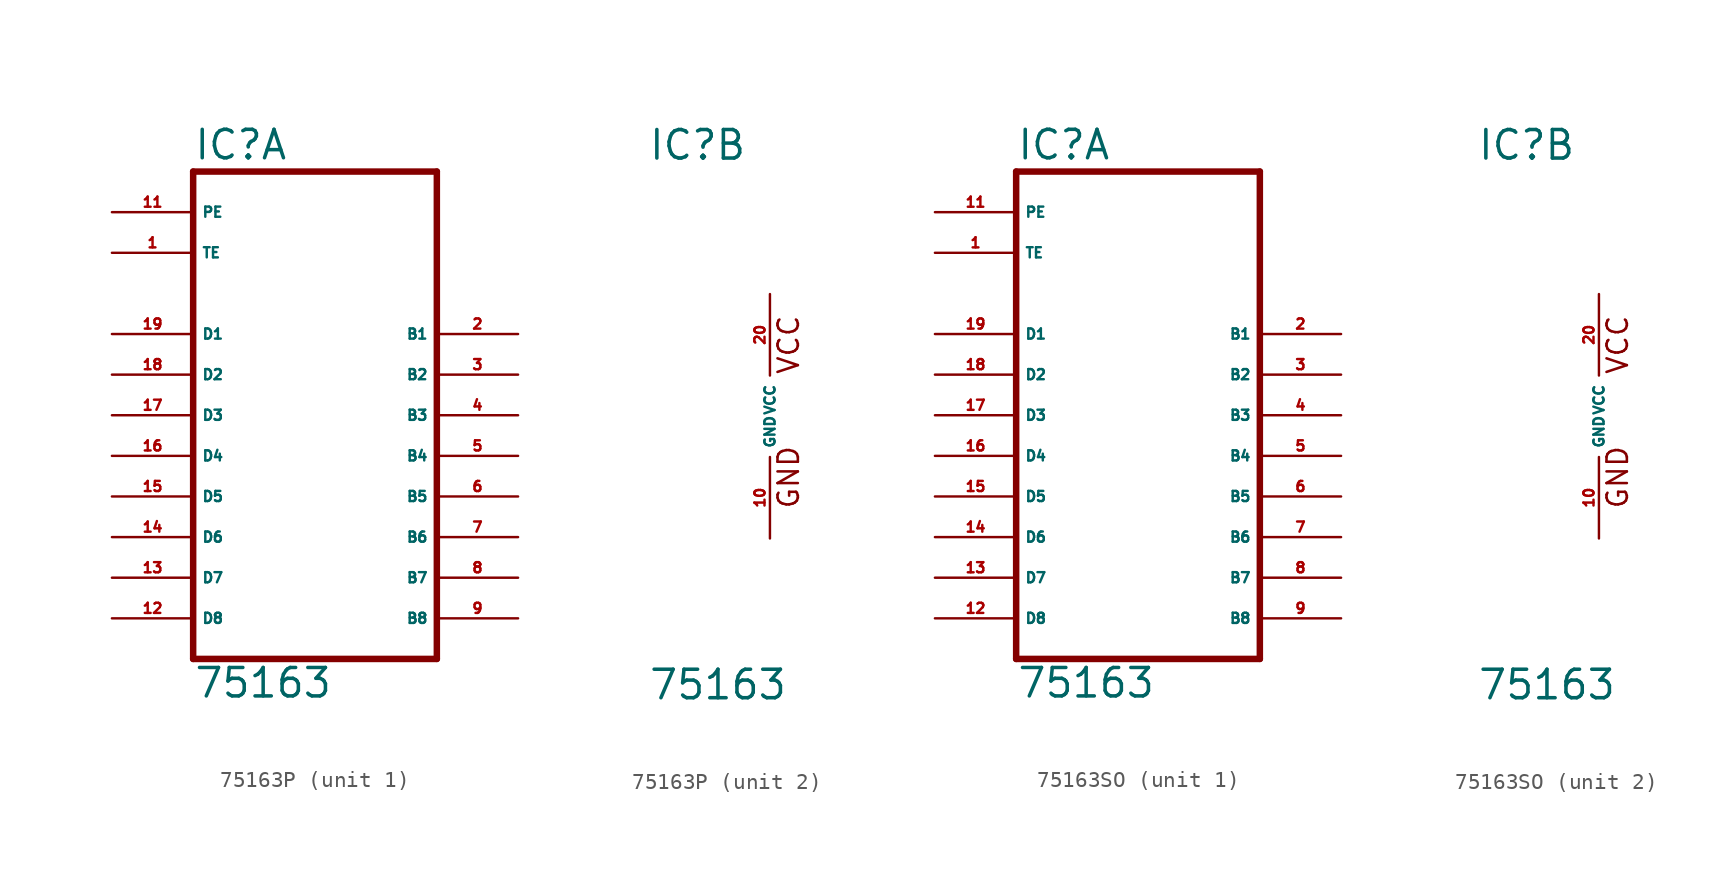
<source format=kicad_sym>
(kicad_symbol_lib
  (version 20220914)
  (generator Eagle2Kicad)
  (symbol "75163P"
    (property "Reference" "IC"
      (at -7.62 15.875 0)
      (effects (font (size 1.778 1.778) (thickness 0.22)) (justify left bottom)))
    (property "Value" "75163"
      (at -7.62 -17.78 0)
      (effects (font (size 1.778 1.778) (thickness 0.22)) (justify left bottom)))
    (symbol "75163P_1_0"
      (polyline (pts (xy -7.62 -15.24) (xy 7.62 -15.24)) (stroke (width 0.406) (type default)) (fill (type none)))
      (polyline (pts (xy 7.62 15.24) (xy 7.62 -15.24)) (stroke (width 0.406) (type default)) (fill (type none)))
      (polyline (pts (xy 7.62 15.24) (xy -7.62 15.24)) (stroke (width 0.406) (type default)) (fill (type none)))
      (polyline (pts (xy -7.62 -15.24) (xy -7.62 15.24)) (stroke (width 0.406) (type default)) (fill (type none)))
      (pin input line (at -12.7 12.7 0) (length 5.08) (name "PE" (effects (font (size 0.635 0.635) (thickness 0.08)) (justify left bottom))) (number "11" (effects (font (size 0.635 0.635) (thickness 0.08)) (justify left bottom))))
      (pin input line (at -12.7 10.16 0) (length 5.08) (name "TE" (effects (font (size 0.635 0.635) (thickness 0.08)) (justify left bottom))) (number "1" (effects (font (size 0.635 0.635) (thickness 0.08)) (justify left bottom))))
      (pin bidirectional line (at -12.7 5.08 0) (length 5.08) (name "D1" (effects (font (size 0.635 0.635) (thickness 0.08)) (justify left bottom))) (number "19" (effects (font (size 0.635 0.635) (thickness 0.08)) (justify left bottom))))
      (pin bidirectional line (at -12.7 2.54 0) (length 5.08) (name "D2" (effects (font (size 0.635 0.635) (thickness 0.08)) (justify left bottom))) (number "18" (effects (font (size 0.635 0.635) (thickness 0.08)) (justify left bottom))))
      (pin bidirectional line (at -12.7 0 0) (length 5.08) (name "D3" (effects (font (size 0.635 0.635) (thickness 0.08)) (justify left bottom))) (number "17" (effects (font (size 0.635 0.635) (thickness 0.08)) (justify left bottom))))
      (pin bidirectional line (at -12.7 -2.54 0) (length 5.08) (name "D4" (effects (font (size 0.635 0.635) (thickness 0.08)) (justify left bottom))) (number "16" (effects (font (size 0.635 0.635) (thickness 0.08)) (justify left bottom))))
      (pin bidirectional line (at -12.7 -5.08 0) (length 5.08) (name "D5" (effects (font (size 0.635 0.635) (thickness 0.08)) (justify left bottom))) (number "15" (effects (font (size 0.635 0.635) (thickness 0.08)) (justify left bottom))))
      (pin bidirectional line (at -12.7 -7.62 0) (length 5.08) (name "D6" (effects (font (size 0.635 0.635) (thickness 0.08)) (justify left bottom))) (number "14" (effects (font (size 0.635 0.635) (thickness 0.08)) (justify left bottom))))
      (pin bidirectional line (at -12.7 -10.16 0) (length 5.08) (name "D7" (effects (font (size 0.635 0.635) (thickness 0.08)) (justify left bottom))) (number "13" (effects (font (size 0.635 0.635) (thickness 0.08)) (justify left bottom))))
      (pin bidirectional line (at -12.7 -12.7 0) (length 5.08) (name "D8" (effects (font (size 0.635 0.635) (thickness 0.08)) (justify left bottom))) (number "12" (effects (font (size 0.635 0.635) (thickness 0.08)) (justify left bottom))))
      (pin bidirectional line (at 12.7 5.08 180) (length 5.08) (name "B1" (effects (font (size 0.635 0.635) (thickness 0.08)) (justify left bottom))) (number "2" (effects (font (size 0.635 0.635) (thickness 0.08)) (justify left bottom))))
      (pin bidirectional line (at 12.7 2.54 180) (length 5.08) (name "B2" (effects (font (size 0.635 0.635) (thickness 0.08)) (justify left bottom))) (number "3" (effects (font (size 0.635 0.635) (thickness 0.08)) (justify left bottom))))
      (pin bidirectional line (at 12.7 0 180) (length 5.08) (name "B3" (effects (font (size 0.635 0.635) (thickness 0.08)) (justify left bottom))) (number "4" (effects (font (size 0.635 0.635) (thickness 0.08)) (justify left bottom))))
      (pin bidirectional line (at 12.7 -2.54 180) (length 5.08) (name "B4" (effects (font (size 0.635 0.635) (thickness 0.08)) (justify left bottom))) (number "5" (effects (font (size 0.635 0.635) (thickness 0.08)) (justify left bottom))))
      (pin bidirectional line (at 12.7 -5.08 180) (length 5.08) (name "B5" (effects (font (size 0.635 0.635) (thickness 0.08)) (justify left bottom))) (number "6" (effects (font (size 0.635 0.635) (thickness 0.08)) (justify left bottom))))
      (pin bidirectional line (at 12.7 -7.62 180) (length 5.08) (name "B6" (effects (font (size 0.635 0.635) (thickness 0.08)) (justify left bottom))) (number "7" (effects (font (size 0.635 0.635) (thickness 0.08)) (justify left bottom))))
      (pin bidirectional line (at 12.7 -10.16 180) (length 5.08) (name "B7" (effects (font (size 0.635 0.635) (thickness 0.08)) (justify left bottom))) (number "8" (effects (font (size 0.635 0.635) (thickness 0.08)) (justify left bottom))))
      (pin bidirectional line (at 12.7 -12.7 180) (length 5.08) (name "B8" (effects (font (size 0.635 0.635) (thickness 0.08)) (justify left bottom))) (number "9" (effects (font (size 0.635 0.635) (thickness 0.08)) (justify left bottom)))))
    (symbol "75163P_2_0"
      (text "GND" (at 1.905 -5.842 900) (effects (font (size 1.27 1.27) (thickness 0.16)) (justify left bottom)))
      (text "VCC" (at 1.905 2.54 900) (effects (font (size 1.27 1.27) (thickness 0.16)) (justify left bottom)))
      (pin unspecified line (at 0 -7.62 90) (length 5.08) (name "GND" (effects (font (size 0.635 0.635) (thickness 0.08)) (justify left bottom))) (number "10" (effects (font (size 0.635 0.635) (thickness 0.08)) (justify left bottom))))
      (pin unspecified line (at 0 7.62 270) (length 5.08) (name "VCC" (effects (font (size 0.635 0.635) (thickness 0.08)) (justify left bottom))) (number "20" (effects (font (size 0.635 0.635) (thickness 0.08)) (justify left bottom))))))
  (symbol "75163SO"
    (property "Reference" "IC"
      (at -7.62 15.875 0)
      (effects (font (size 1.778 1.778) (thickness 0.22)) (justify left bottom)))
    (property "Value" "75163"
      (at -7.62 -17.78 0)
      (effects (font (size 1.778 1.778) (thickness 0.22)) (justify left bottom)))
    (symbol "75163SO_1_0"
      (polyline (pts (xy -7.62 -15.24) (xy 7.62 -15.24)) (stroke (width 0.406) (type default)) (fill (type none)))
      (polyline (pts (xy 7.62 15.24) (xy 7.62 -15.24)) (stroke (width 0.406) (type default)) (fill (type none)))
      (polyline (pts (xy 7.62 15.24) (xy -7.62 15.24)) (stroke (width 0.406) (type default)) (fill (type none)))
      (polyline (pts (xy -7.62 -15.24) (xy -7.62 15.24)) (stroke (width 0.406) (type default)) (fill (type none)))
      (pin input line (at -12.7 12.7 0) (length 5.08) (name "PE" (effects (font (size 0.635 0.635) (thickness 0.08)) (justify left bottom))) (number "11" (effects (font (size 0.635 0.635) (thickness 0.08)) (justify left bottom))))
      (pin input line (at -12.7 10.16 0) (length 5.08) (name "TE" (effects (font (size 0.635 0.635) (thickness 0.08)) (justify left bottom))) (number "1" (effects (font (size 0.635 0.635) (thickness 0.08)) (justify left bottom))))
      (pin bidirectional line (at -12.7 5.08 0) (length 5.08) (name "D1" (effects (font (size 0.635 0.635) (thickness 0.08)) (justify left bottom))) (number "19" (effects (font (size 0.635 0.635) (thickness 0.08)) (justify left bottom))))
      (pin bidirectional line (at -12.7 2.54 0) (length 5.08) (name "D2" (effects (font (size 0.635 0.635) (thickness 0.08)) (justify left bottom))) (number "18" (effects (font (size 0.635 0.635) (thickness 0.08)) (justify left bottom))))
      (pin bidirectional line (at -12.7 0 0) (length 5.08) (name "D3" (effects (font (size 0.635 0.635) (thickness 0.08)) (justify left bottom))) (number "17" (effects (font (size 0.635 0.635) (thickness 0.08)) (justify left bottom))))
      (pin bidirectional line (at -12.7 -2.54 0) (length 5.08) (name "D4" (effects (font (size 0.635 0.635) (thickness 0.08)) (justify left bottom))) (number "16" (effects (font (size 0.635 0.635) (thickness 0.08)) (justify left bottom))))
      (pin bidirectional line (at -12.7 -5.08 0) (length 5.08) (name "D5" (effects (font (size 0.635 0.635) (thickness 0.08)) (justify left bottom))) (number "15" (effects (font (size 0.635 0.635) (thickness 0.08)) (justify left bottom))))
      (pin bidirectional line (at -12.7 -7.62 0) (length 5.08) (name "D6" (effects (font (size 0.635 0.635) (thickness 0.08)) (justify left bottom))) (number "14" (effects (font (size 0.635 0.635) (thickness 0.08)) (justify left bottom))))
      (pin bidirectional line (at -12.7 -10.16 0) (length 5.08) (name "D7" (effects (font (size 0.635 0.635) (thickness 0.08)) (justify left bottom))) (number "13" (effects (font (size 0.635 0.635) (thickness 0.08)) (justify left bottom))))
      (pin bidirectional line (at -12.7 -12.7 0) (length 5.08) (name "D8" (effects (font (size 0.635 0.635) (thickness 0.08)) (justify left bottom))) (number "12" (effects (font (size 0.635 0.635) (thickness 0.08)) (justify left bottom))))
      (pin bidirectional line (at 12.7 5.08 180) (length 5.08) (name "B1" (effects (font (size 0.635 0.635) (thickness 0.08)) (justify left bottom))) (number "2" (effects (font (size 0.635 0.635) (thickness 0.08)) (justify left bottom))))
      (pin bidirectional line (at 12.7 2.54 180) (length 5.08) (name "B2" (effects (font (size 0.635 0.635) (thickness 0.08)) (justify left bottom))) (number "3" (effects (font (size 0.635 0.635) (thickness 0.08)) (justify left bottom))))
      (pin bidirectional line (at 12.7 0 180) (length 5.08) (name "B3" (effects (font (size 0.635 0.635) (thickness 0.08)) (justify left bottom))) (number "4" (effects (font (size 0.635 0.635) (thickness 0.08)) (justify left bottom))))
      (pin bidirectional line (at 12.7 -2.54 180) (length 5.08) (name "B4" (effects (font (size 0.635 0.635) (thickness 0.08)) (justify left bottom))) (number "5" (effects (font (size 0.635 0.635) (thickness 0.08)) (justify left bottom))))
      (pin bidirectional line (at 12.7 -5.08 180) (length 5.08) (name "B5" (effects (font (size 0.635 0.635) (thickness 0.08)) (justify left bottom))) (number "6" (effects (font (size 0.635 0.635) (thickness 0.08)) (justify left bottom))))
      (pin bidirectional line (at 12.7 -7.62 180) (length 5.08) (name "B6" (effects (font (size 0.635 0.635) (thickness 0.08)) (justify left bottom))) (number "7" (effects (font (size 0.635 0.635) (thickness 0.08)) (justify left bottom))))
      (pin bidirectional line (at 12.7 -10.16 180) (length 5.08) (name "B7" (effects (font (size 0.635 0.635) (thickness 0.08)) (justify left bottom))) (number "8" (effects (font (size 0.635 0.635) (thickness 0.08)) (justify left bottom))))
      (pin bidirectional line (at 12.7 -12.7 180) (length 5.08) (name "B8" (effects (font (size 0.635 0.635) (thickness 0.08)) (justify left bottom))) (number "9" (effects (font (size 0.635 0.635) (thickness 0.08)) (justify left bottom)))))
    (symbol "75163SO_2_0"
      (text "GND" (at 1.905 -5.842 900) (effects (font (size 1.27 1.27) (thickness 0.16)) (justify left bottom)))
      (text "VCC" (at 1.905 2.54 900) (effects (font (size 1.27 1.27) (thickness 0.16)) (justify left bottom)))
      (pin unspecified line (at 0 -7.62 90) (length 5.08) (name "GND" (effects (font (size 0.635 0.635) (thickness 0.08)) (justify left bottom))) (number "10" (effects (font (size 0.635 0.635) (thickness 0.08)) (justify left bottom))))
      (pin unspecified line (at 0 7.62 270) (length 5.08) (name "VCC" (effects (font (size 0.635 0.635) (thickness 0.08)) (justify left bottom))) (number "20" (effects (font (size 0.635 0.635) (thickness 0.08)) (justify left bottom)))))))
</source>
